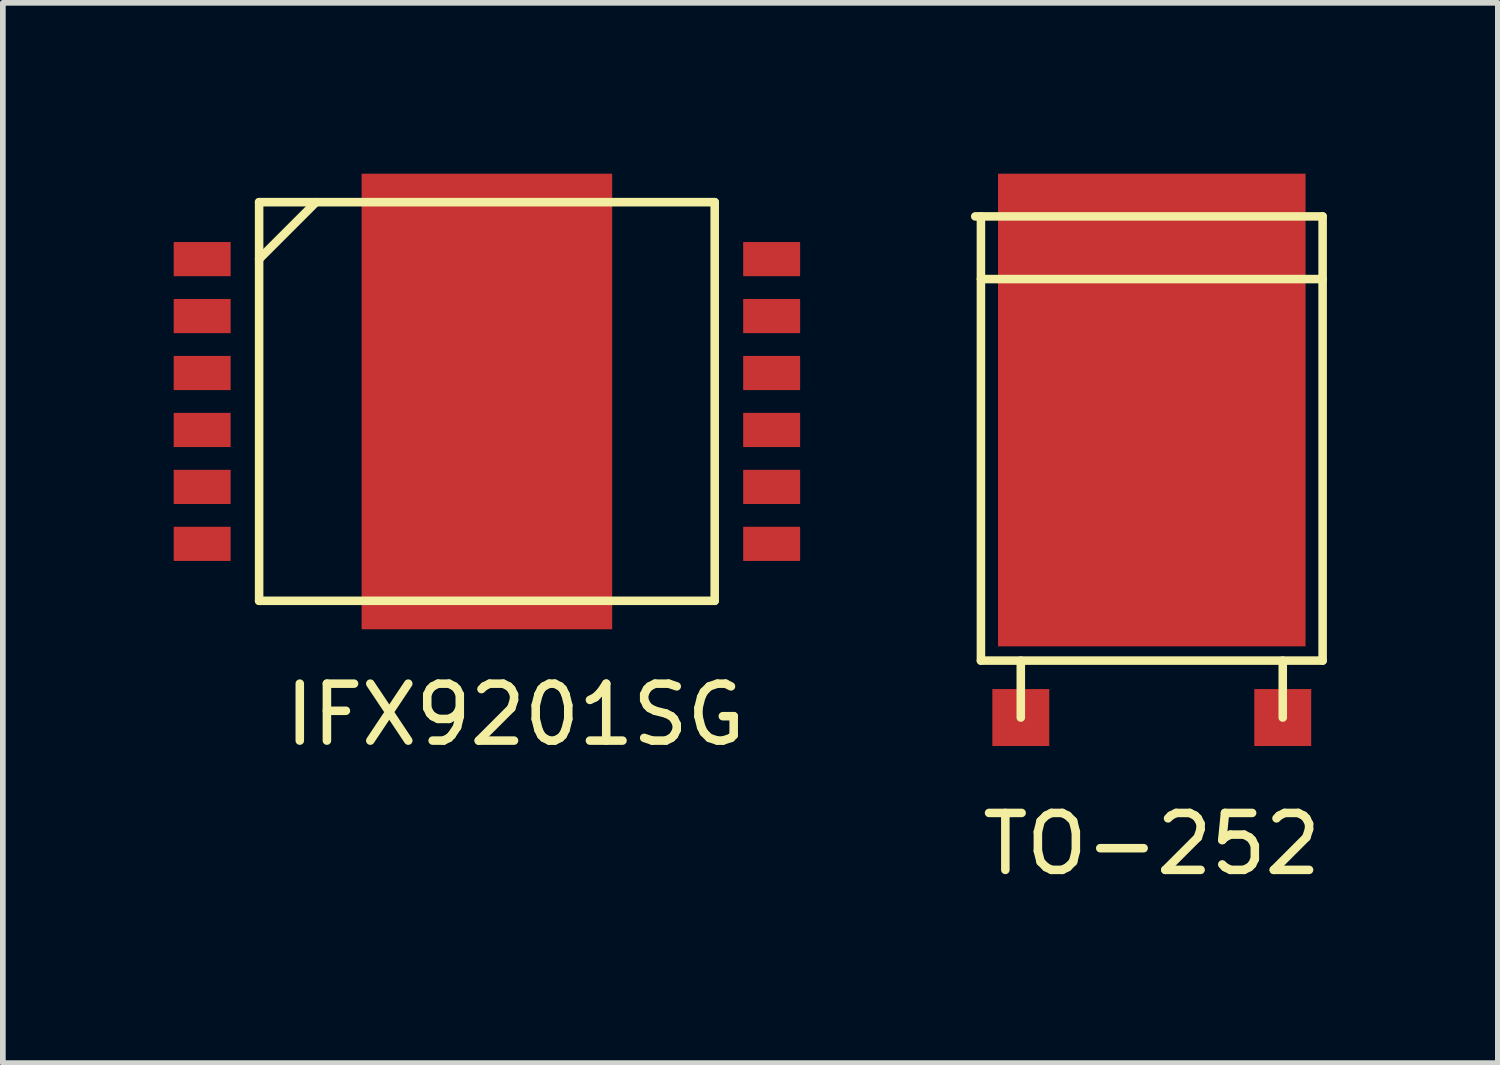
<source format=kicad_pcb>
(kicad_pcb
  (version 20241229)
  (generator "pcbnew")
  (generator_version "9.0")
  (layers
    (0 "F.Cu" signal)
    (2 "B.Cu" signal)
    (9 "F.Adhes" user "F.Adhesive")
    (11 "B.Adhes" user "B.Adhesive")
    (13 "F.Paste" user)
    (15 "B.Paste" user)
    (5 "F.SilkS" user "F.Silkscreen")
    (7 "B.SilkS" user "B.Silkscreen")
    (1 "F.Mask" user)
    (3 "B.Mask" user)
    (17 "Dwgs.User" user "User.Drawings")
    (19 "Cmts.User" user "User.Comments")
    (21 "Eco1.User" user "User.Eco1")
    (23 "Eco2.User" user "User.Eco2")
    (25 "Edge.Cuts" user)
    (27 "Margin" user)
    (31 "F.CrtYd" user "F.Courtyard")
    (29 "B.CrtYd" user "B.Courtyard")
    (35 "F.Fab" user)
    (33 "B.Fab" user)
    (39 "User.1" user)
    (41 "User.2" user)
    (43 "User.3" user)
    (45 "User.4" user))
  (footprint "IFX9201SG"
    (layer "F.Cu")
    (at 5.5 4)
    (property "Reference" "IFX9201SG" (at 0.5 5.5 0) (layer "F.SilkS") (effects (font (size 1 1) (thickness 0.15))))
    (attr through_hole)
    (fp_line (start -4 -3.5) (end 4 -3.5) (stroke (width 0.15) (type solid)) (layer "F.SilkS"))
    (fp_line (start -4 3.5) (end -4 -3.5) (stroke (width 0.15) (type solid)) (layer "F.SilkS"))
    (fp_line (start -3 -3.5) (end -4 -2.5) (stroke (width 0.15) (type solid)) (layer "F.SilkS"))
    (fp_line (start 4 -3.5) (end 4 3.5) (stroke (width 0.15) (type solid)) (layer "F.SilkS"))
    (fp_line (start 4 3.5) (end -4 3.5) (stroke (width 0.15) (type solid)) (layer "F.SilkS"))
    (pad "1" smd rect (at -5 -2.5) (size 1 0.6) (layers "F.Cu" "F.Mask" "F.Paste"))
    (pad "2" smd rect (at -5 -1.5) (size 1 0.6) (layers "F.Cu" "F.Mask" "F.Paste"))
    (pad "3" smd rect (at -5 -0.5) (size 1 0.6) (layers "F.Cu" "F.Mask" "F.Paste"))
    (pad "4" smd rect (at -5 0.5) (size 1 0.6) (layers "F.Cu" "F.Mask" "F.Paste"))
    (pad "5" smd rect (at -5 1.5) (size 1 0.6) (layers "F.Cu" "F.Mask" "F.Paste"))
    (pad "6" smd rect (at -5 2.5) (size 1 0.6) (layers "F.Cu" "F.Mask" "F.Paste"))
    (pad "7" smd rect (at 5 2.5) (size 1 0.6) (layers "F.Cu" "F.Mask" "F.Paste"))
    (pad "8" smd rect (at 5 1.5) (size 1 0.6) (layers "F.Cu" "F.Mask" "F.Paste"))
    (pad "9" smd rect (at 5 0.5) (size 1 0.6) (layers "F.Cu" "F.Mask" "F.Paste"))
    (pad "10" smd rect (at 5 -0.5) (size 1 0.6) (layers "F.Cu" "F.Mask" "F.Paste"))
    (pad "11" smd rect (at 5 -1.5) (size 1 0.6) (layers "F.Cu" "F.Mask" "F.Paste"))
    (pad "12" smd rect (at 5 -2.5) (size 1 0.6) (layers "F.Cu" "F.Mask" "F.Paste"))
    (pad "13" smd rect (at 0 0) (size 4.4 8) (layers "F.Cu" "F.Mask" "F.Paste")))
  (footprint "TO-252"
    (layer "F.Cu")
    (at 17.175 4.15)
    (property "Reference" "TO-252" (at 0 7.62 0) (layer "F.SilkS") (effects (font (size 1 1) (thickness 0.15))))
    (attr through_hole)
    (fp_line (start -3 -3.4) (end -3 4.4) (stroke (width 0.15) (type solid)) (layer "F.SilkS"))
    (fp_line (start -3 -2.3) (end 3 -2.3) (stroke (width 0.15) (type solid)) (layer "F.SilkS"))
    (fp_line (start -3 4.4) (end 3 4.4) (stroke (width 0.15) (type solid)) (layer "F.SilkS"))
    (fp_line (start -2.3 5.4) (end -2.3 4.4) (stroke (width 0.15) (type solid)) (layer "F.SilkS"))
    (fp_line (start 2.3 5.4) (end 2.3 4.4) (stroke (width 0.15) (type solid)) (layer "F.SilkS"))
    (fp_line (start 3 -3.4) (end -3.1 -3.4) (stroke (width 0.15) (type solid)) (layer "F.SilkS"))
    (fp_line (start 3 4.4) (end 3 -3.4) (stroke (width 0.15) (type solid)) (layer "F.SilkS"))
    (pad "1" smd rect (at -2.3 5.4) (size 1 1) (layers "F.Cu" "F.Mask" "F.Paste"))
    (pad "2" smd rect (at 0 0) (size 5.4 8.3) (layers "F.Cu" "F.Mask" "F.Paste"))
    (pad "3" smd rect (at 2.3 5.4) (size 1 1) (layers "F.Cu" "F.Mask" "F.Paste")))
  (gr_rect
    (start -3 -3)
    (end 23.252 15.618)
    (stroke (width 0.1) (type default))
    (fill no)
    (layer "Edge.Cuts")))
</source>
